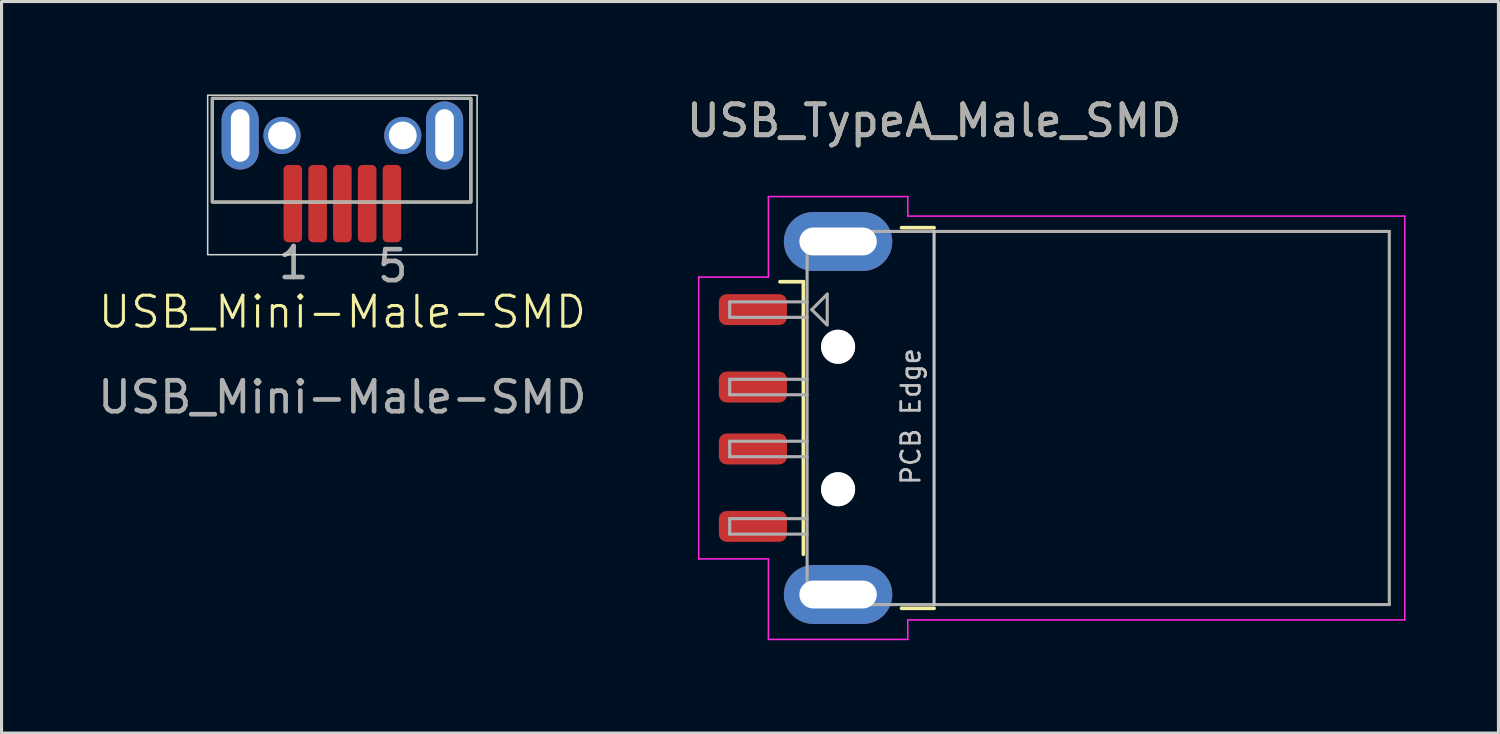
<source format=kicad_pcb>
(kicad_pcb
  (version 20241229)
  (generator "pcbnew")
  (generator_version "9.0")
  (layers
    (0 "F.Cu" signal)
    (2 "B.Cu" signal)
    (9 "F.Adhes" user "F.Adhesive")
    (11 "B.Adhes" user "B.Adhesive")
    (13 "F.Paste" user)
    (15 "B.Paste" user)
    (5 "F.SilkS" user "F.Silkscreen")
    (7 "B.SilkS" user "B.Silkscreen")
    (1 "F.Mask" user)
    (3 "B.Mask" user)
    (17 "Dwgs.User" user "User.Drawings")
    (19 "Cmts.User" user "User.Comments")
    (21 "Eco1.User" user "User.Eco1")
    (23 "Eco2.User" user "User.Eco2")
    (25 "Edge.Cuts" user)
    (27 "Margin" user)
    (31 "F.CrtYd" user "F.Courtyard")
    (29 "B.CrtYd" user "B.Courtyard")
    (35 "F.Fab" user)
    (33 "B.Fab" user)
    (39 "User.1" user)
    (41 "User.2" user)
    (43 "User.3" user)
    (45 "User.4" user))
  (footprint "USB_TypeA_Male_SMD"
    (layer "F.Cu")
    (at 27.113 10.448)
    (property "Reference" "USB_TypeA_Male_SMD" (at 0 -9.6 0) (unlocked yes) (layer "F.SilkS") (effects (font (size 1 1) (thickness 0.15))))
    (attr smd)
    (fp_line (start -4.22 -4.4) (end -4.975 -4.4) (stroke (width 0.12) (type solid)) (layer "F.SilkS"))
    (fp_line (start -4.22 -4.4) (end -4.22 4.4) (stroke (width 0.12) (type solid)) (layer "F.SilkS"))
    (fp_line (start -1.05 -6.145) (end 0 -6.145) (stroke (width 0.12) (type solid)) (layer "F.SilkS"))
    (fp_line (start -1.05 6.145) (end 0 6.145) (stroke (width 0.12) (type solid)) (layer "F.SilkS"))
    (fp_line (start 0 6.025) (end 0 -6.025) (stroke (width 0.1) (type solid)) (layer "Dwgs.User"))
    (fp_line (start -7.6 -4.55) (end -5.35 -4.55) (stroke (width 0.05) (type solid)) (layer "F.CrtYd"))
    (fp_line (start -7.6 4.55) (end -7.6 -4.55) (stroke (width 0.05) (type solid)) (layer "F.CrtYd"))
    (fp_line (start -7.6 4.55) (end -5.35 4.55) (stroke (width 0.05) (type solid)) (layer "F.CrtYd"))
    (fp_line (start -5.35 -7.15) (end -5.35 -4.55) (stroke (width 0.05) (type solid)) (layer "F.CrtYd"))
    (fp_line (start -5.35 -7.15) (end -0.85 -7.15) (stroke (width 0.05) (type solid)) (layer "F.CrtYd"))
    (fp_line (start -5.35 4.55) (end -5.35 7.15) (stroke (width 0.05) (type solid)) (layer "F.CrtYd"))
    (fp_line (start -5.35 7.15) (end -0.85 7.15) (stroke (width 0.05) (type solid)) (layer "F.CrtYd"))
    (fp_line (start -0.85 -6.52) (end -0.85 -7.15) (stroke (width 0.05) (type solid)) (layer "F.CrtYd"))
    (fp_line (start -0.85 -6.52) (end 15.2 -6.52) (stroke (width 0.05) (type solid)) (layer "F.CrtYd"))
    (fp_line (start -0.85 6.52) (end 15.2 6.52) (stroke (width 0.05) (type solid)) (layer "F.CrtYd"))
    (fp_line (start -0.85 7.15) (end -0.85 6.52) (stroke (width 0.05) (type solid)) (layer "F.CrtYd"))
    (fp_line (start 15.2 6.52) (end 15.2 -6.52) (stroke (width 0.05) (type solid)) (layer "F.CrtYd"))
    (fp_line (start -6.6 -3.75) (end -4.1 -3.75) (stroke (width 0.1) (type solid)) (layer "F.Fab"))
    (fp_line (start -6.6 -3.25) (end -6.6 -3.75) (stroke (width 0.1) (type solid)) (layer "F.Fab"))
    (fp_line (start -6.6 -3.25) (end -4.1 -3.25) (stroke (width 0.1) (type solid)) (layer "F.Fab"))
    (fp_line (start -6.6 -1.25) (end -4.1 -1.25) (stroke (width 0.1) (type solid)) (layer "F.Fab"))
    (fp_line (start -6.6 -0.75) (end -6.6 -1.25) (stroke (width 0.1) (type solid)) (layer "F.Fab"))
    (fp_line (start -6.6 -0.75) (end -4.1 -0.75) (stroke (width 0.1) (type solid)) (layer "F.Fab"))
    (fp_line (start -6.6 0.75) (end -4.1 0.75) (stroke (width 0.1) (type solid)) (layer "F.Fab"))
    (fp_line (start -6.6 1.25) (end -6.6 0.75) (stroke (width 0.1) (type solid)) (layer "F.Fab"))
    (fp_line (start -6.6 1.25) (end -4.1 1.25) (stroke (width 0.1) (type solid)) (layer "F.Fab"))
    (fp_line (start -6.6 3.25) (end -4.1 3.25) (stroke (width 0.1) (type solid)) (layer "F.Fab"))
    (fp_line (start -6.6 3.75) (end -6.6 3.25) (stroke (width 0.1) (type solid)) (layer "F.Fab"))
    (fp_line (start -6.6 3.75) (end -4.1 3.75) (stroke (width 0.1) (type solid)) (layer "F.Fab"))
    (fp_line (start -4.1 -6.025) (end 14.7 -6.025) (stroke (width 0.1) (type solid)) (layer "F.Fab"))
    (fp_line (start -4.1 6.025) (end -4.1 -6.025) (stroke (width 0.1) (type solid)) (layer "F.Fab"))
    (fp_line (start -4.1 6.025) (end 14.7 6.025) (stroke (width 0.1) (type solid)) (layer "F.Fab"))
    (fp_line (start -3.95 -3.5) (end -3.45 -4) (stroke (width 0.1) (type solid)) (layer "F.Fab"))
    (fp_line (start -3.95 -3.5) (end -3.45 -3) (stroke (width 0.1) (type solid)) (layer "F.Fab"))
    (fp_line (start -3.45 -4) (end -3.45 -3.05) (stroke (width 0.1) (type solid)) (layer "F.Fab"))
    (fp_line (start 14.7 6.025) (end 14.7 -6.025) (stroke (width 0.1) (type solid)) (layer "F.Fab"))
    (fp_circle (center -3.1 -2.3) (end -3.1 -2.8) (stroke (width 0.1) (type solid)) (fill no) (layer "F.Fab"))
    (fp_circle (center -3.1 2.3) (end -3.1 2.8) (stroke (width 0.1) (type solid)) (fill no) (layer "F.Fab"))
    (fp_text user "PCB Edge" (at -0.75 -0.05 90) (layer "Dwgs.User") (effects (font (size 0.6 0.6) (thickness 0.09))))
    (fp_text user "${REFERENCE}" (at 0 -9.6 0) (unlocked yes) (layer "F.Fab") (effects (font (size 1 1) (thickness 0.15))))
    (pad "" np_thru_hole circle (at -3.1 -2.3) (size 1.1 1.1) (drill 1.1) (layers "*.Cu" "*.Mask"))
    (pad "" np_thru_hole circle (at -3.1 2.3) (size 1.1 1.1) (drill 1.1) (layers "*.Cu" "*.Mask"))
    (pad "1" smd roundrect (at -5.85 -3.5) (size 2.2 1) (layers "F.Cu" "F.Mask" "F.Paste") (roundrect_rratio 0.25))
    (pad "2" smd roundrect (at -5.85 -1) (size 2.2 1) (layers "F.Cu" "F.Mask" "F.Paste") (roundrect_rratio 0.25))
    (pad "3" smd roundrect (at -5.85 1) (size 2.2 1) (layers "F.Cu" "F.Mask" "F.Paste") (roundrect_rratio 0.25))
    (pad "4" smd roundrect (at -5.85 3.5) (size 2.2 1) (layers "F.Cu" "F.Mask" "F.Paste") (roundrect_rratio 0.25))
    (pad "5" thru_hole oval (at -3.1 -5.7) (size 3.5 1.9) (drill oval 2.5 0.9) (layers "*.Cu" "*.Mask"))
    (pad "5" thru_hole oval (at -3.1 5.7) (size 3.5 1.9) (drill oval 2.5 0.9) (layers "*.Cu" "*.Mask")))
  (footprint "USB_Mini-Male-SMD"
    (layer "F.Cu")
    (at 8.006 3.525)
    (property "Reference" "USB_Mini-Male-SMD" (at 0 3.5 0) (unlocked yes) (layer "F.SilkS") (effects (font (size 1 1) (thickness 0.1))))
    (attr smd)
    (fp_rect (start -4.2 -3.4) (end 4.15 -0.05) (stroke (width 0.1) (type default)) (fill no) (layer "F.SilkS"))
    (fp_rect (start -4.35 -3.5) (end 4.35 1.65) (stroke (width 0.05) (type default)) (fill no) (layer "Edge.Cuts"))
    (fp_rect (start -4.2 -3.4) (end 4.15 -0.05) (stroke (width 0.1) (type default)) (fill no) (layer "F.Fab"))
    (fp_text user "5" (at 1.05 2.6 0) (unlocked yes) (layer "F.Fab") (effects (font (size 1 1) (thickness 0.15)) (justify left bottom)))
    (fp_text user "1" (at -2.15 2.5 0) (unlocked yes) (layer "F.Fab") (effects (font (size 1 1) (thickness 0.15)) (justify left bottom)))
    (fp_text user "${REFERENCE}" (at 0 6.25 0) (unlocked yes) (layer "F.Fab") (effects (font (size 1 1) (thickness 0.15))))
    (pad "" thru_hole oval (at -3.3 -2.2 180) (size 1.2 2.2) (drill oval 0.6 1.7) (layers "*.Cu" "*.Mask"))
    (pad "" thru_hole circle (at -1.95 -2.2 90) (size 1.2 1.2) (drill 0.9) (layers "*.Cu" "*.Mask"))
    (pad "" thru_hole circle (at 1.95 -2.2 90) (size 1.2 1.2) (drill 0.9) (layers "*.Cu" "*.Mask"))
    (pad "" thru_hole oval (at 3.3 -2.2 180) (size 1.2 2.2) (drill oval 0.6 1.7) (layers "*.Cu" "*.Mask"))
    (pad "1" smd roundrect (at -1.6 0 90) (size 2.5 0.6) (layers "F.Cu" "F.Mask" "F.Paste") (roundrect_rratio 0.25))
    (pad "2" smd roundrect (at -0.8 0 90) (size 2.5 0.6) (layers "F.Cu" "F.Mask" "F.Paste") (roundrect_rratio 0.25))
    (pad "3" smd roundrect (at 0 0 90) (size 2.5 0.6) (layers "F.Cu" "F.Mask" "F.Paste") (roundrect_rratio 0.25))
    (pad "4" smd roundrect (at 0.8 0 90) (size 2.5 0.6) (layers "F.Cu" "F.Mask" "F.Paste") (roundrect_rratio 0.25))
    (pad "5" smd roundrect (at 1.6 0 90) (size 2.5 0.6) (layers "F.Cu" "F.Mask" "F.Paste") (roundrect_rratio 0.25)))
  (gr_rect
    (start -3 -3)
    (end 45.338 20.623)
    (stroke (width 0.1) (type default))
    (fill no)
    (layer "Edge.Cuts")))
</source>
